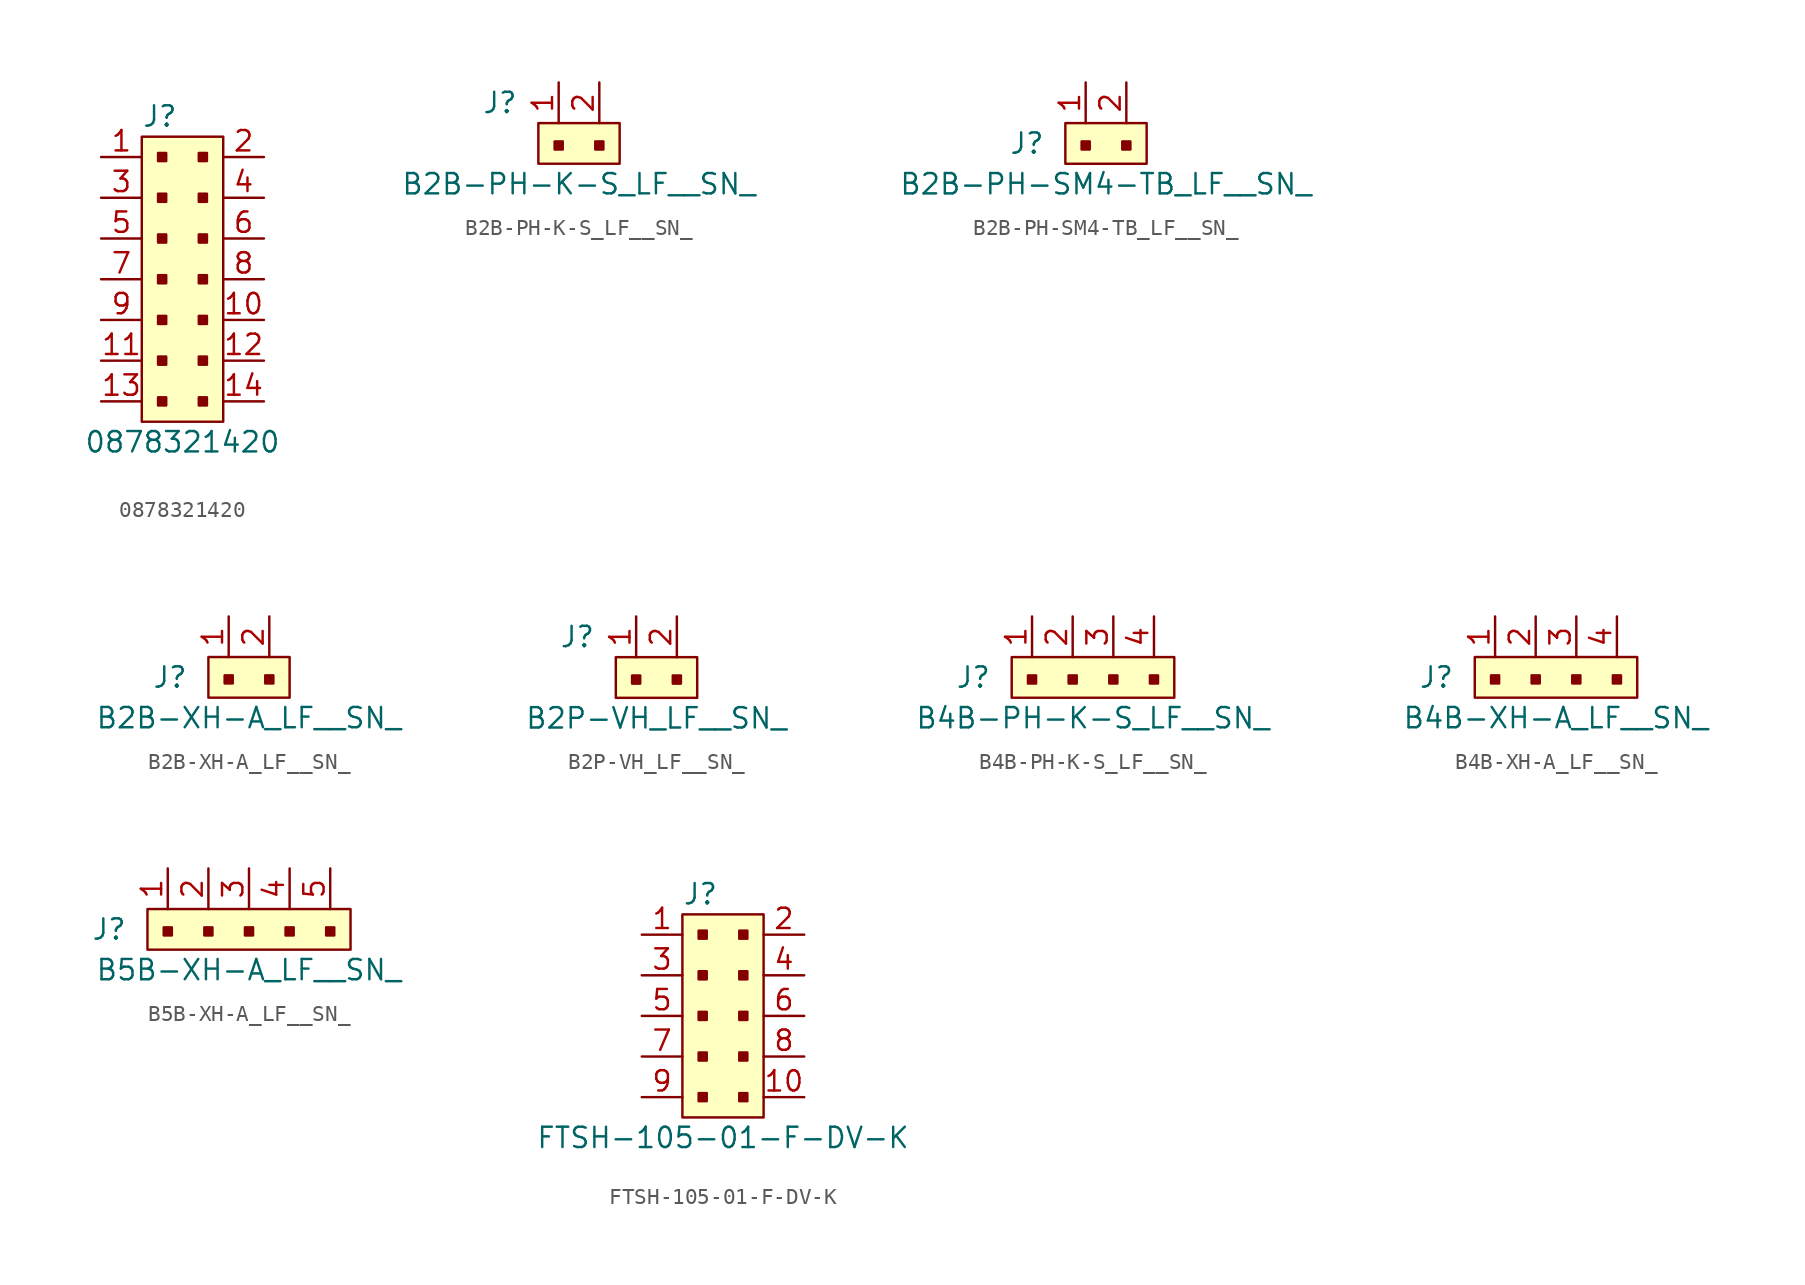
<source format=kicad_sym>
(kicad_symbol_lib
  (version 20220914)
  (generator kicad_symbol_editor)
  (symbol "0878321420"
    (pin_names
      (offset 1.016))
    (property "Reference" "J"
      (at -2.54 10.16 0)
      (effects (font (size 1.27 1.27)) (justify left)))
    (property "Value" "0878321420"
      (at 0 -10.16 0)
      (effects (font (size 1.27 1.27))))
    (symbol "0878321420_1_1"
      (rectangle (start -2.54 8.89) (end 2.54 -8.89) (stroke (width 0) (type default)) (fill (type background)))
      (rectangle (start -1.524 -7.366) (end -1.016 -7.874) (stroke (width 0) (type default)) (fill (type outline)))
      (rectangle (start -1.524 -4.826) (end -1.016 -5.334) (stroke (width 0) (type default)) (fill (type outline)))
      (rectangle (start -1.524 -2.286) (end -1.016 -2.794) (stroke (width 0) (type default)) (fill (type outline)))
      (rectangle (start -1.524 0.254) (end -1.016 -0.254) (stroke (width 0) (type default)) (fill (type outline)))
      (rectangle (start -1.524 2.794) (end -1.016 2.286) (stroke (width 0) (type default)) (fill (type outline)))
      (rectangle (start -1.524 5.334) (end -1.016 4.826) (stroke (width 0) (type default)) (fill (type outline)))
      (rectangle (start -1.524 7.874) (end -1.016 7.366) (stroke (width 0) (type default)) (fill (type outline)))
      (rectangle (start 1.016 -7.366) (end 1.524 -7.874) (stroke (width 0) (type default)) (fill (type outline)))
      (rectangle (start 1.016 -4.826) (end 1.524 -5.334) (stroke (width 0) (type default)) (fill (type outline)))
      (rectangle (start 1.016 -2.286) (end 1.524 -2.794) (stroke (width 0) (type default)) (fill (type outline)))
      (rectangle (start 1.016 0.254) (end 1.524 -0.254) (stroke (width 0) (type default)) (fill (type outline)))
      (rectangle (start 1.016 2.794) (end 1.524 2.286) (stroke (width 0) (type default)) (fill (type outline)))
      (rectangle (start 1.016 5.334) (end 1.524 4.826) (stroke (width 0) (type default)) (fill (type outline)))
      (rectangle (start 1.016 7.874) (end 1.524 7.366) (stroke (width 0) (type default)) (fill (type outline)))
      (pin passive line (at -5.08 7.62 0) (length 2.54) (name "~" (effects (font (size 1.27 1.27)))) (number "1" (effects (font (size 1.27 1.27)))))
      (pin passive line (at 5.08 -2.54 180) (length 2.54) (name "~" (effects (font (size 1.27 1.27)))) (number "10" (effects (font (size 1.27 1.27)))))
      (pin passive line (at -5.08 -5.08 0) (length 2.54) (name "~" (effects (font (size 1.27 1.27)))) (number "11" (effects (font (size 1.27 1.27)))))
      (pin passive line (at 5.08 -5.08 180) (length 2.54) (name "~" (effects (font (size 1.27 1.27)))) (number "12" (effects (font (size 1.27 1.27)))))
      (pin passive line (at -5.08 -7.62 0) (length 2.54) (name "~" (effects (font (size 1.27 1.27)))) (number "13" (effects (font (size 1.27 1.27)))))
      (pin passive line (at 5.08 -7.62 180) (length 2.54) (name "~" (effects (font (size 1.27 1.27)))) (number "14" (effects (font (size 1.27 1.27)))))
      (pin passive line (at 5.08 7.62 180) (length 2.54) (name "~" (effects (font (size 1.27 1.27)))) (number "2" (effects (font (size 1.27 1.27)))))
      (pin passive line (at -5.08 5.08 0) (length 2.54) (name "~" (effects (font (size 1.27 1.27)))) (number "3" (effects (font (size 1.27 1.27)))))
      (pin passive line (at 5.08 5.08 180) (length 2.54) (name "~" (effects (font (size 1.27 1.27)))) (number "4" (effects (font (size 1.27 1.27)))))
      (pin passive line (at -5.08 2.54 0) (length 2.54) (name "~" (effects (font (size 1.27 1.27)))) (number "5" (effects (font (size 1.27 1.27)))))
      (pin passive line (at 5.08 2.54 180) (length 2.54) (name "~" (effects (font (size 1.27 1.27)))) (number "6" (effects (font (size 1.27 1.27)))))
      (pin passive line (at -5.08 0 0) (length 2.54) (name "~" (effects (font (size 1.27 1.27)))) (number "7" (effects (font (size 1.27 1.27)))))
      (pin passive line (at 5.08 0 180) (length 2.54) (name "~" (effects (font (size 1.27 1.27)))) (number "8" (effects (font (size 1.27 1.27)))))
      (pin passive line (at -5.08 -2.54 0) (length 2.54) (name "~" (effects (font (size 1.27 1.27)))) (number "9" (effects (font (size 1.27 1.27)))))))
  (symbol "B2B-PH-K-S_LF__SN_"
    (pin_names
      (offset 1.016))
    (property "Reference" "J"
      (at -2.54 1.27 0)
      (effects (font (size 1.27 1.27)) (justify right)))
    (property "Value" "B2B-PH-K-S_LF__SN_"
      (at 1.27 -3.81 0)
      (effects (font (size 1.27 1.27))))
    (symbol "B2B-PH-K-S_LF__SN__1_1"
      (rectangle (start -1.27 0) (end 3.81 -2.54) (stroke (width 0) (type default)) (fill (type background)))
      (rectangle (start -0.254 -1.143) (end 0.254 -1.651) (stroke (width 0) (type default)) (fill (type outline)))
      (rectangle (start 2.286 -1.143) (end 2.794 -1.651) (stroke (width 0) (type default)) (fill (type outline)))
      (pin passive line (at 0 2.54 270) (length 2.54) (name "~" (effects (font (size 1.27 1.27)))) (number "1" (effects (font (size 1.27 1.27)))))
      (pin passive line (at 2.54 2.54 270) (length 2.54) (name "~" (effects (font (size 1.27 1.27)))) (number "2" (effects (font (size 1.27 1.27)))))))
  (symbol "B2B-PH-SM4-TB_LF__SN_"
    (pin_names
      (offset 1.016))
    (property "Reference" "J"
      (at -2.54 -1.27 0)
      (effects (font (size 1.27 1.27)) (justify right)))
    (property "Value" "B2B-PH-SM4-TB_LF__SN_"
      (at 1.27 -3.81 0)
      (effects (font (size 1.27 1.27))))
    (symbol "B2B-PH-SM4-TB_LF__SN__1_1"
      (rectangle (start -1.27 0) (end 3.81 -2.54) (stroke (width 0) (type default)) (fill (type background)))
      (rectangle (start -0.254 -1.143) (end 0.254 -1.651) (stroke (width 0) (type default)) (fill (type outline)))
      (rectangle (start 2.286 -1.143) (end 2.794 -1.651) (stroke (width 0) (type default)) (fill (type outline)))
      (pin passive line (at 0 2.54 270) (length 2.54) (name "~" (effects (font (size 1.27 1.27)))) (number "1" (effects (font (size 1.27 1.27)))))
      (pin passive line (at 2.54 2.54 270) (length 2.54) (name "~" (effects (font (size 1.27 1.27)))) (number "2" (effects (font (size 1.27 1.27)))))))
  (symbol "B2B-XH-A_LF__SN_"
    (pin_names
      (offset 1.016))
    (property "Reference" "J"
      (at -2.54 -1.27 0)
      (effects (font (size 1.27 1.27)) (justify right)))
    (property "Value" "B2B-XH-A_LF__SN_"
      (at 1.27 -3.81 0)
      (effects (font (size 1.27 1.27))))
    (symbol "B2B-XH-A_LF__SN__1_1"
      (rectangle (start -1.27 0) (end 3.81 -2.54) (stroke (width 0) (type default)) (fill (type background)))
      (rectangle (start -0.254 -1.143) (end 0.254 -1.651) (stroke (width 0) (type default)) (fill (type outline)))
      (rectangle (start 2.286 -1.143) (end 2.794 -1.651) (stroke (width 0) (type default)) (fill (type outline)))
      (pin passive line (at 0 2.54 270) (length 2.54) (name "~" (effects (font (size 1.27 1.27)))) (number "1" (effects (font (size 1.27 1.27)))))
      (pin passive line (at 2.54 2.54 270) (length 2.54) (name "~" (effects (font (size 1.27 1.27)))) (number "2" (effects (font (size 1.27 1.27)))))))
  (symbol "B2P-VH_LF__SN_"
    (pin_names
      (offset 1.016))
    (property "Reference" "J"
      (at -2.54 1.27 0)
      (effects (font (size 1.27 1.27)) (justify right)))
    (property "Value" "B2P-VH_LF__SN_"
      (at 1.27 -3.81 0)
      (effects (font (size 1.27 1.27))))
    (symbol "B2P-VH_LF__SN__0_1"
      (rectangle (start -1.27 0) (end 3.81 -2.54) (stroke (width 0) (type default)) (fill (type background)))
      (rectangle (start -0.254 -1.143) (end 0.254 -1.651) (stroke (width 0) (type default)) (fill (type outline)))
      (rectangle (start 2.286 -1.143) (end 2.794 -1.651) (stroke (width 0) (type default)) (fill (type outline))))
    (symbol "B2P-VH_LF__SN__1_1"
      (pin passive line (at 0 2.54 270) (length 2.54) (name "~" (effects (font (size 1.27 1.27)))) (number "1" (effects (font (size 1.27 1.27)))))
      (pin passive line (at 2.54 2.54 270) (length 2.54) (name "~" (effects (font (size 1.27 1.27)))) (number "2" (effects (font (size 1.27 1.27)))))))
  (symbol "B4B-PH-K-S_LF__SN_"
    (pin_names
      (offset 1.016))
    (property "Reference" "J"
      (at -2.54 -1.27 0)
      (effects (font (size 1.27 1.27)) (justify right)))
    (property "Value" "B4B-PH-K-S_LF__SN_"
      (at 3.81 -3.81 0)
      (effects (font (size 1.27 1.27))))
    (symbol "B4B-PH-K-S_LF__SN__1_1"
      (rectangle (start -1.27 0) (end 8.89 -2.54) (stroke (width 0) (type default)) (fill (type background)))
      (rectangle (start -0.254 -1.143) (end 0.254 -1.651) (stroke (width 0) (type default)) (fill (type outline)))
      (rectangle (start 2.286 -1.143) (end 2.794 -1.651) (stroke (width 0) (type default)) (fill (type outline)))
      (rectangle (start 4.826 -1.143) (end 5.334 -1.651) (stroke (width 0) (type default)) (fill (type outline)))
      (rectangle (start 7.366 -1.143) (end 7.874 -1.651) (stroke (width 0) (type default)) (fill (type outline)))
      (pin passive line (at 0 2.54 270) (length 2.54) (name "~" (effects (font (size 1.27 1.27)))) (number "1" (effects (font (size 1.27 1.27)))))
      (pin passive line (at 2.54 2.54 270) (length 2.54) (name "~" (effects (font (size 1.27 1.27)))) (number "2" (effects (font (size 1.27 1.27)))))
      (pin passive line (at 5.08 2.54 270) (length 2.54) (name "~" (effects (font (size 1.27 1.27)))) (number "3" (effects (font (size 1.27 1.27)))))
      (pin passive line (at 7.62 2.54 270) (length 2.54) (name "~" (effects (font (size 1.27 1.27)))) (number "4" (effects (font (size 1.27 1.27)))))))
  (symbol "B4B-XH-A_LF__SN_"
    (pin_names
      (offset 1.016))
    (property "Reference" "J"
      (at -2.54 -1.27 0)
      (effects (font (size 1.27 1.27)) (justify right)))
    (property "Value" "B4B-XH-A_LF__SN_"
      (at 3.81 -3.81 0)
      (effects (font (size 1.27 1.27))))
    (symbol "B4B-XH-A_LF__SN__1_1"
      (rectangle (start -1.27 0) (end 8.89 -2.54) (stroke (width 0) (type default)) (fill (type background)))
      (rectangle (start -0.254 -1.143) (end 0.254 -1.651) (stroke (width 0) (type default)) (fill (type outline)))
      (rectangle (start 2.286 -1.143) (end 2.794 -1.651) (stroke (width 0) (type default)) (fill (type outline)))
      (rectangle (start 4.826 -1.143) (end 5.334 -1.651) (stroke (width 0) (type default)) (fill (type outline)))
      (rectangle (start 7.366 -1.143) (end 7.874 -1.651) (stroke (width 0) (type default)) (fill (type outline)))
      (pin passive line (at 0 2.54 270) (length 2.54) (name "~" (effects (font (size 1.27 1.27)))) (number "1" (effects (font (size 1.27 1.27)))))
      (pin passive line (at 2.54 2.54 270) (length 2.54) (name "~" (effects (font (size 1.27 1.27)))) (number "2" (effects (font (size 1.27 1.27)))))
      (pin passive line (at 5.08 2.54 270) (length 2.54) (name "~" (effects (font (size 1.27 1.27)))) (number "3" (effects (font (size 1.27 1.27)))))
      (pin passive line (at 7.62 2.54 270) (length 2.54) (name "~" (effects (font (size 1.27 1.27)))) (number "4" (effects (font (size 1.27 1.27)))))))
  (symbol "B5B-XH-A_LF__SN_"
    (pin_names
      (offset 1.016))
    (property "Reference" "J"
      (at -2.54 -1.27 0)
      (effects (font (size 1.27 1.27)) (justify right)))
    (property "Value" "B5B-XH-A_LF__SN_"
      (at 5.08 -3.81 0)
      (effects (font (size 1.27 1.27))))
    (symbol "B5B-XH-A_LF__SN__1_1"
      (rectangle (start -1.27 0) (end 11.43 -2.54) (stroke (width 0) (type default)) (fill (type background)))
      (rectangle (start -0.254 -1.143) (end 0.254 -1.651) (stroke (width 0) (type default)) (fill (type outline)))
      (rectangle (start 2.286 -1.143) (end 2.794 -1.651) (stroke (width 0) (type default)) (fill (type outline)))
      (rectangle (start 4.826 -1.143) (end 5.334 -1.651) (stroke (width 0) (type default)) (fill (type outline)))
      (rectangle (start 7.366 -1.143) (end 7.874 -1.651) (stroke (width 0) (type default)) (fill (type outline)))
      (rectangle (start 9.906 -1.143) (end 10.414 -1.651) (stroke (width 0) (type default)) (fill (type outline)))
      (pin passive line (at 0 2.54 270) (length 2.54) (name "~" (effects (font (size 1.27 1.27)))) (number "1" (effects (font (size 1.27 1.27)))))
      (pin passive line (at 2.54 2.54 270) (length 2.54) (name "~" (effects (font (size 1.27 1.27)))) (number "2" (effects (font (size 1.27 1.27)))))
      (pin passive line (at 5.08 2.54 270) (length 2.54) (name "~" (effects (font (size 1.27 1.27)))) (number "3" (effects (font (size 1.27 1.27)))))
      (pin passive line (at 7.62 2.54 270) (length 2.54) (name "~" (effects (font (size 1.27 1.27)))) (number "4" (effects (font (size 1.27 1.27)))))
      (pin passive line (at 10.16 2.54 270) (length 2.54) (name "~" (effects (font (size 1.27 1.27)))) (number "5" (effects (font (size 1.27 1.27)))))))
  (symbol "FTSH-105-01-F-DV-K"
    (pin_names
      (offset 1.016) hide)
    (property "Reference" "J"
      (at -2.54 7.62 0)
      (effects (font (size 1.27 1.27)) (justify left)))
    (property "Value" "FTSH-105-01-F-DV-K"
      (at 0 -7.62 0)
      (effects (font (size 1.27 1.27))))
    (symbol "FTSH-105-01-F-DV-K_1_1"
      (rectangle (start -2.54 6.35) (end 2.54 -6.35) (stroke (width 0) (type default)) (fill (type background)))
      (rectangle (start -1.524 -4.826) (end -1.016 -5.334) (stroke (width 0) (type default)) (fill (type outline)))
      (rectangle (start -1.524 -2.286) (end -1.016 -2.794) (stroke (width 0) (type default)) (fill (type outline)))
      (rectangle (start -1.524 0.254) (end -1.016 -0.254) (stroke (width 0) (type default)) (fill (type outline)))
      (rectangle (start -1.524 2.794) (end -1.016 2.286) (stroke (width 0) (type default)) (fill (type outline)))
      (rectangle (start -1.524 5.334) (end -1.016 4.826) (stroke (width 0) (type default)) (fill (type outline)))
      (rectangle (start 1.016 -4.826) (end 1.524 -5.334) (stroke (width 0) (type default)) (fill (type outline)))
      (rectangle (start 1.016 -2.286) (end 1.524 -2.794) (stroke (width 0) (type default)) (fill (type outline)))
      (rectangle (start 1.016 0.254) (end 1.524 -0.254) (stroke (width 0) (type default)) (fill (type outline)))
      (rectangle (start 1.016 2.794) (end 1.524 2.286) (stroke (width 0) (type default)) (fill (type outline)))
      (rectangle (start 1.016 5.334) (end 1.524 4.826) (stroke (width 0) (type default)) (fill (type outline)))
      (pin passive line (at -5.08 5.08 0) (length 2.54) (name "~" (effects (font (size 1.27 1.27)))) (number "1" (effects (font (size 1.27 1.27)))))
      (pin passive line (at 5.08 -5.08 180) (length 2.54) (name "~" (effects (font (size 1.27 1.27)))) (number "10" (effects (font (size 1.27 1.27)))))
      (pin passive line (at 5.08 5.08 180) (length 2.54) (name "~" (effects (font (size 1.27 1.27)))) (number "2" (effects (font (size 1.27 1.27)))))
      (pin passive line (at -5.08 2.54 0) (length 2.54) (name "~" (effects (font (size 1.27 1.27)))) (number "3" (effects (font (size 1.27 1.27)))))
      (pin passive line (at 5.08 2.54 180) (length 2.54) (name "~" (effects (font (size 1.27 1.27)))) (number "4" (effects (font (size 1.27 1.27)))))
      (pin passive line (at -5.08 0 0) (length 2.54) (name "~" (effects (font (size 1.27 1.27)))) (number "5" (effects (font (size 1.27 1.27)))))
      (pin passive line (at 5.08 0 180) (length 2.54) (name "~" (effects (font (size 1.27 1.27)))) (number "6" (effects (font (size 1.27 1.27)))))
      (pin passive line (at -5.08 -2.54 0) (length 2.54) (name "~" (effects (font (size 1.27 1.27)))) (number "7" (effects (font (size 1.27 1.27)))))
      (pin passive line (at 5.08 -2.54 180) (length 2.54) (name "~" (effects (font (size 1.27 1.27)))) (number "8" (effects (font (size 1.27 1.27)))))
      (pin passive line (at -5.08 -5.08 0) (length 2.54) (name "~" (effects (font (size 1.27 1.27)))) (number "9" (effects (font (size 1.27 1.27))))))))
</source>
